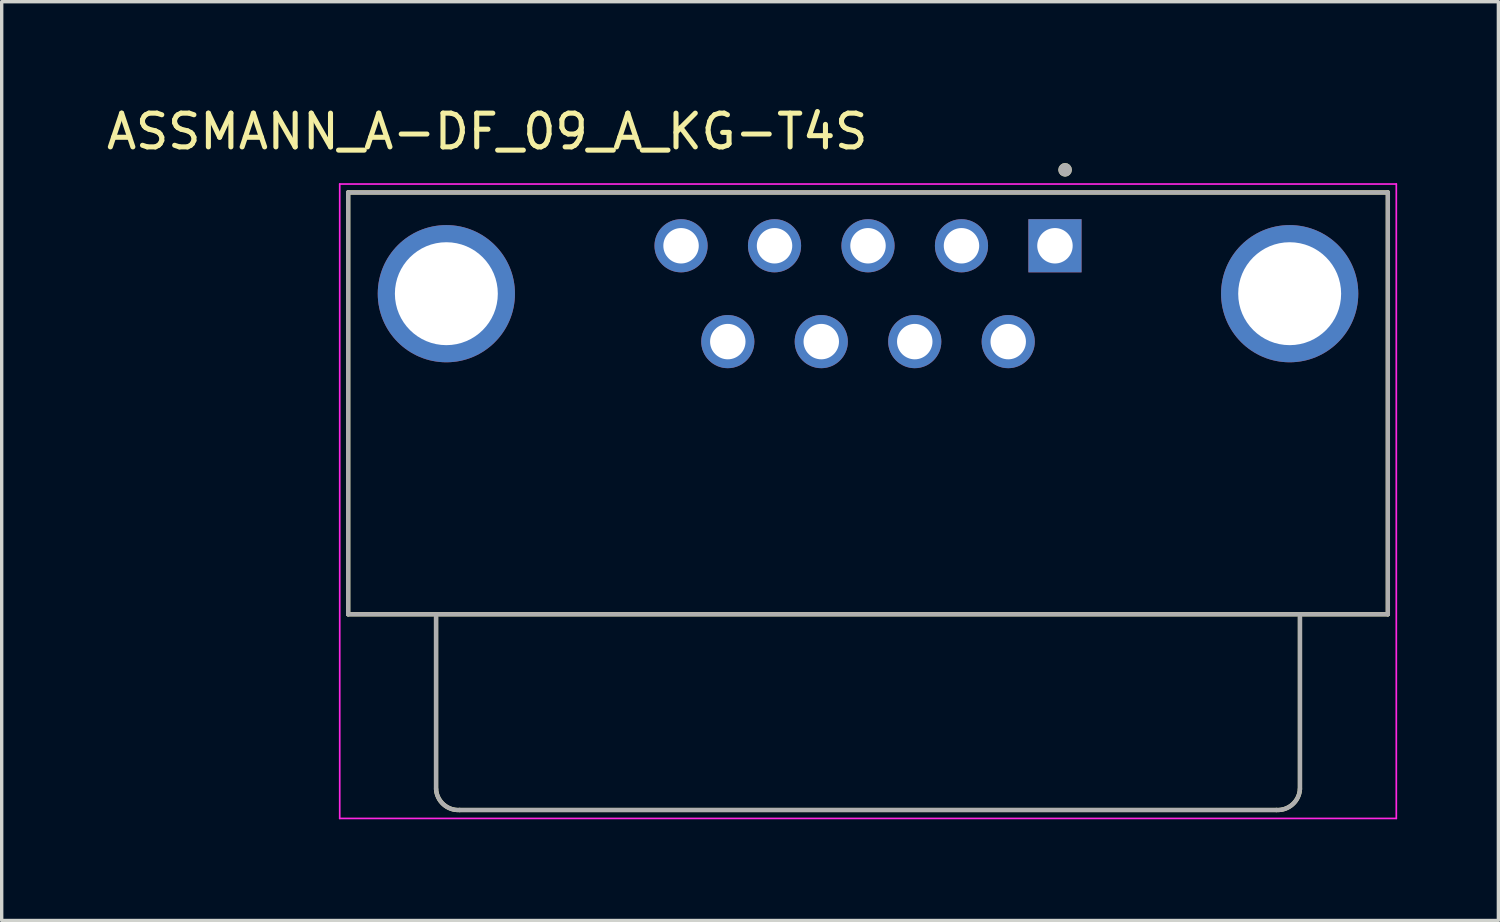
<source format=kicad_pcb>
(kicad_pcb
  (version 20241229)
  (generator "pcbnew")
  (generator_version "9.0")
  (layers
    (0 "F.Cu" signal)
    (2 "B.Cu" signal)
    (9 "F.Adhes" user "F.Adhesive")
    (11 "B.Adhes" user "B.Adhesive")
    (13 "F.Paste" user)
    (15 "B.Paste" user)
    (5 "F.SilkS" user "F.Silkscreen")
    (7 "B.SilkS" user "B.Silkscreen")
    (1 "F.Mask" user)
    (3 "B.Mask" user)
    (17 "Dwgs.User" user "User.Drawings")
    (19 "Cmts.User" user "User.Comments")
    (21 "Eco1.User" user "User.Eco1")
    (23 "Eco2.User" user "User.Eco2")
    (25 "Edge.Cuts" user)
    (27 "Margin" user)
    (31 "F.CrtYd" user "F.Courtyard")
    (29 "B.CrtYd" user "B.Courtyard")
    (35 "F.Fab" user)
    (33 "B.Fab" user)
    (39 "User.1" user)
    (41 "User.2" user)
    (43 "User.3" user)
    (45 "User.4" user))
  (footprint "ASSMANN_A-DF_09_A_KG-T4S"
    (layer "F.Cu")
    (at 28.212 4.233)
    (property "Reference" "ASSMANN_A-DF_09_A_KG-T4S" (at -16.825 -3.385 0) (layer "F.SilkS") (effects (font (size 1 1) (thickness 0.15))))
    (attr through_hole)
    (fp_line (start -20.945 -1.58) (end -20.945 10.92) (stroke (width 0.127) (type solid)) (layer "F.SilkS"))
    (fp_line (start -20.945 10.92) (end 9.865 10.92) (stroke (width 0.127) (type solid)) (layer "F.SilkS"))
    (fp_line (start -18.34 11) (end -18.34 16.1) (stroke (width 0.127) (type solid)) (layer "F.SilkS"))
    (fp_line (start -17.64 16.72) (end 6.56 16.72) (stroke (width 0.127) (type solid)) (layer "F.SilkS"))
    (fp_line (start 7.26 16.1) (end 7.26 11) (stroke (width 0.127) (type solid)) (layer "F.SilkS"))
    (fp_line (start 9.865 -1.58) (end -20.945 -1.58) (stroke (width 0.127) (type solid)) (layer "F.SilkS"))
    (fp_line (start 9.865 10.92) (end 9.865 -1.58) (stroke (width 0.127) (type solid)) (layer "F.SilkS"))
    (fp_arc (start -17.64 16.72) (mid -18.118406 16.554975) (end -18.34 16.1) (stroke (width 0.127) (type solid)) (layer "F.SilkS"))
    (fp_arc (start 7.26 16.1) (mid 7.038406 16.554975) (end 6.56 16.72) (stroke (width 0.127) (type solid)) (layer "F.SilkS"))
    (fp_circle (center 0.3 -2.25) (end 0.4 -2.25) (stroke (width 0.2) (type solid)) (fill no) (layer "F.SilkS"))
    (fp_line (start -21.195 -1.83) (end 10.115 -1.83) (stroke (width 0.05) (type solid)) (layer "F.CrtYd"))
    (fp_line (start -21.195 16.97) (end -21.195 -1.83) (stroke (width 0.05) (type solid)) (layer "F.CrtYd"))
    (fp_line (start 10.115 -1.83) (end 10.115 16.97) (stroke (width 0.05) (type solid)) (layer "F.CrtYd"))
    (fp_line (start 10.115 16.97) (end -21.195 16.97) (stroke (width 0.05) (type solid)) (layer "F.CrtYd"))
    (fp_line (start -20.945 -1.58) (end -20.945 10.92) (stroke (width 0.127) (type solid)) (layer "F.Fab"))
    (fp_line (start -20.945 10.92) (end 9.865 10.92) (stroke (width 0.127) (type solid)) (layer "F.Fab"))
    (fp_line (start -18.34 11) (end -18.34 16.1) (stroke (width 0.127) (type solid)) (layer "F.Fab"))
    (fp_line (start -17.64 16.72) (end 6.56 16.72) (stroke (width 0.127) (type solid)) (layer "F.Fab"))
    (fp_line (start 7.26 16.1) (end 7.26 11) (stroke (width 0.127) (type solid)) (layer "F.Fab"))
    (fp_line (start 9.865 -1.58) (end -20.945 -1.58) (stroke (width 0.127) (type solid)) (layer "F.Fab"))
    (fp_line (start 9.865 10.92) (end 9.865 -1.58) (stroke (width 0.127) (type solid)) (layer "F.Fab"))
    (fp_arc (start -17.64 16.72) (mid -18.118406 16.554975) (end -18.34 16.1) (stroke (width 0.127) (type solid)) (layer "F.Fab"))
    (fp_arc (start 7.26 16.1) (mid 7.038406 16.554975) (end 6.56 16.72) (stroke (width 0.127) (type solid)) (layer "F.Fab"))
    (fp_circle (center 0.3 -2.25) (end 0.4 -2.25) (stroke (width 0.2) (type solid)) (fill no) (layer "F.Fab"))
    (pad "1" thru_hole rect (at 0 0) (size 1.575 1.575) (drill 1.05) (layers "*.Cu" "*.Mask"))
    (pad "2" thru_hole circle (at -2.77 0) (size 1.575 1.575) (drill 1.05) (layers "*.Cu" "*.Mask"))
    (pad "3" thru_hole circle (at -5.54 0) (size 1.575 1.575) (drill 1.05) (layers "*.Cu" "*.Mask"))
    (pad "4" thru_hole circle (at -8.31 0) (size 1.575 1.575) (drill 1.05) (layers "*.Cu" "*.Mask"))
    (pad "5" thru_hole circle (at -11.08 0) (size 1.575 1.575) (drill 1.05) (layers "*.Cu" "*.Mask"))
    (pad "6" thru_hole circle (at -1.385 2.84) (size 1.575 1.575) (drill 1.05) (layers "*.Cu" "*.Mask"))
    (pad "7" thru_hole circle (at -4.155 2.84) (size 1.575 1.575) (drill 1.05) (layers "*.Cu" "*.Mask"))
    (pad "8" thru_hole circle (at -6.925 2.84) (size 1.575 1.575) (drill 1.05) (layers "*.Cu" "*.Mask"))
    (pad "9" thru_hole circle (at -9.695 2.84) (size 1.575 1.575) (drill 1.05) (layers "*.Cu" "*.Mask"))
    (pad "S1" thru_hole circle (at -18.035 1.42) (size 4.066 4.066) (drill 3.05) (layers "*.Cu" "*.Mask"))
    (pad "S2" thru_hole circle (at 6.955 1.42) (size 4.066 4.066) (drill 3.05) (layers "*.Cu" "*.Mask")))
  (gr_rect
    (start -3 -3)
    (end 41.352 24.228)
    (stroke (width 0.1) (type default))
    (fill no)
    (layer "Edge.Cuts")))
</source>
